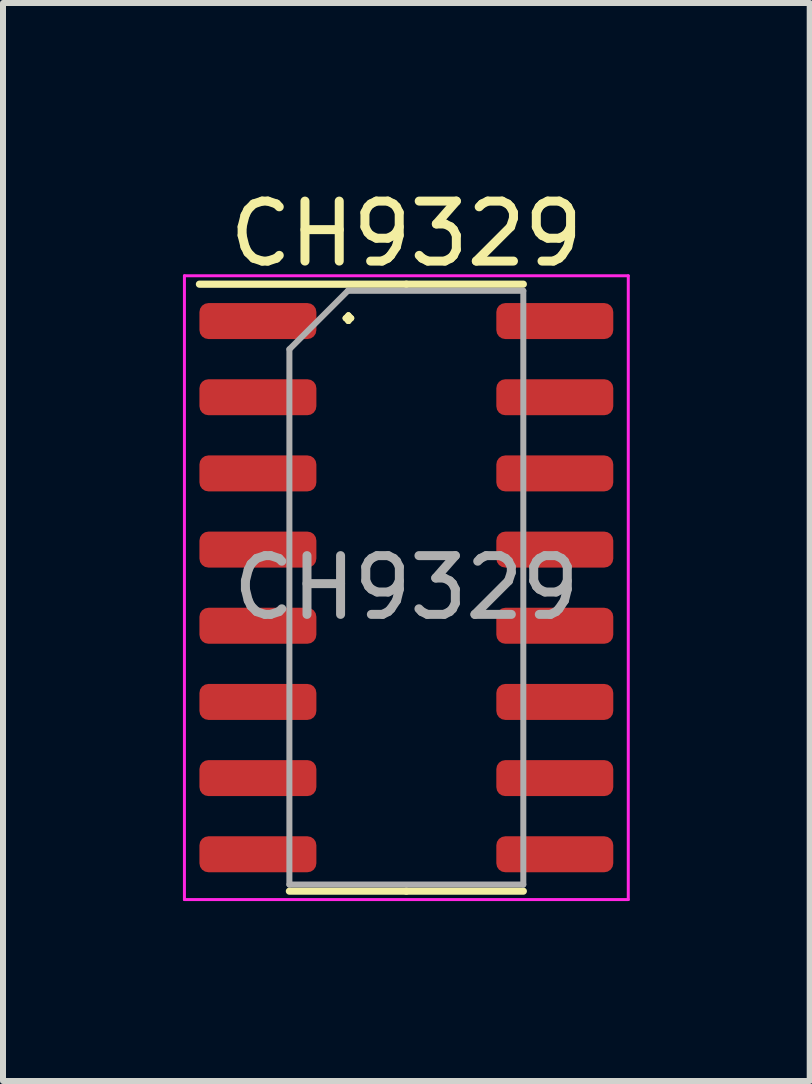
<source format=kicad_pcb>
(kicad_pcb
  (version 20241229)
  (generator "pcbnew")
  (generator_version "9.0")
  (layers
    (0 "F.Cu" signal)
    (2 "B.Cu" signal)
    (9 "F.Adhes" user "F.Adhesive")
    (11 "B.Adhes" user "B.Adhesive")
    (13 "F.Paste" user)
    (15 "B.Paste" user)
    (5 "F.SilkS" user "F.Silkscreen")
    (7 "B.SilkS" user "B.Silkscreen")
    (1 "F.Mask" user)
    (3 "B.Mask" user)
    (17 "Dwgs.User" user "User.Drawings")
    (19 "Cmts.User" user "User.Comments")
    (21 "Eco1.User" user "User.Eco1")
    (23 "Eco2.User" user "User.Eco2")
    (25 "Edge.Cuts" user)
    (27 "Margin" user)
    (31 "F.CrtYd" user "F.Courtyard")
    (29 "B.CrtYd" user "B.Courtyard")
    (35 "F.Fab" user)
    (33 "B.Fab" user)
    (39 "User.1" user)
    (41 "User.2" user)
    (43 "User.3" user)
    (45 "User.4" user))
  (footprint "CH9329"
    (layer "F.Cu")
    (at 3.725 6.748)
    (property "Reference" "CH9329" (at 0 -5.9 0) (layer "F.SilkS") (effects (font (size 1 1) (thickness 0.15))))
    (attr smd)
    (fp_line (start 0 -5.06) (end -3.45 -5.06) (stroke (width 0.12) (type solid)) (layer "F.SilkS"))
    (fp_line (start 0 -5.06) (end 1.95 -5.06) (stroke (width 0.12) (type solid)) (layer "F.SilkS"))
    (fp_line (start 0 5.06) (end -1.95 5.06) (stroke (width 0.12) (type solid)) (layer "F.SilkS"))
    (fp_line (start 0 5.06) (end 1.95 5.06) (stroke (width 0.12) (type solid)) (layer "F.SilkS"))
    (fp_line (start -3.7 -5.2) (end -3.7 5.2) (stroke (width 0.05) (type solid)) (layer "F.CrtYd"))
    (fp_line (start -3.7 5.2) (end 3.7 5.2) (stroke (width 0.05) (type solid)) (layer "F.CrtYd"))
    (fp_line (start 3.7 -5.2) (end -3.7 -5.2) (stroke (width 0.05) (type solid)) (layer "F.CrtYd"))
    (fp_line (start 3.7 5.2) (end 3.7 -5.2) (stroke (width 0.05) (type solid)) (layer "F.CrtYd"))
    (fp_line (start -1.95 -3.975) (end -0.975 -4.95) (stroke (width 0.1) (type solid)) (layer "F.Fab"))
    (fp_line (start -1.95 4.95) (end -1.95 -3.975) (stroke (width 0.1) (type solid)) (layer "F.Fab"))
    (fp_line (start -0.975 -4.95) (end 1.95 -4.95) (stroke (width 0.1) (type solid)) (layer "F.Fab"))
    (fp_line (start 1.95 -4.95) (end 1.95 4.95) (stroke (width 0.1) (type solid)) (layer "F.Fab"))
    (fp_line (start 1.95 4.95) (end -1.95 4.95) (stroke (width 0.1) (type solid)) (layer "F.Fab"))
    (fp_text user "." (at -1.27 -4.318 0) (unlocked yes) (layer "F.SilkS") (effects (font (size 1 1) (thickness 0.1)) (justify left bottom)))
    (fp_text user "${REFERENCE}" (at 0 0 0) (layer "F.Fab") (effects (font (size 0.98 0.98) (thickness 0.15))))
    (pad "1" smd roundrect (at -2.475 -4.445) (size 1.95 0.6) (layers "F.Cu" "F.Mask" "F.Paste") (roundrect_rratio 0.25))
    (pad "2" smd roundrect (at -2.475 -3.175) (size 1.95 0.6) (layers "F.Cu" "F.Mask" "F.Paste") (roundrect_rratio 0.25))
    (pad "3" smd roundrect (at -2.475 -1.905) (size 1.95 0.6) (layers "F.Cu" "F.Mask" "F.Paste") (roundrect_rratio 0.25))
    (pad "4" smd roundrect (at -2.475 -0.635) (size 1.95 0.6) (layers "F.Cu" "F.Mask" "F.Paste") (roundrect_rratio 0.25))
    (pad "5" smd roundrect (at -2.475 0.635) (size 1.95 0.6) (layers "F.Cu" "F.Mask" "F.Paste") (roundrect_rratio 0.25))
    (pad "6" smd roundrect (at -2.475 1.905) (size 1.95 0.6) (layers "F.Cu" "F.Mask" "F.Paste") (roundrect_rratio 0.25))
    (pad "7" smd roundrect (at -2.475 3.175) (size 1.95 0.6) (layers "F.Cu" "F.Mask" "F.Paste") (roundrect_rratio 0.25))
    (pad "8" smd roundrect (at -2.475 4.445) (size 1.95 0.6) (layers "F.Cu" "F.Mask" "F.Paste") (roundrect_rratio 0.25))
    (pad "9" smd roundrect (at 2.475 4.445) (size 1.95 0.6) (layers "F.Cu" "F.Mask" "F.Paste") (roundrect_rratio 0.25))
    (pad "10" smd roundrect (at 2.475 3.175) (size 1.95 0.6) (layers "F.Cu" "F.Mask" "F.Paste") (roundrect_rratio 0.25))
    (pad "11" smd roundrect (at 2.475 1.905) (size 1.95 0.6) (layers "F.Cu" "F.Mask" "F.Paste") (roundrect_rratio 0.25))
    (pad "12" smd roundrect (at 2.475 0.635) (size 1.95 0.6) (layers "F.Cu" "F.Mask" "F.Paste") (roundrect_rratio 0.25))
    (pad "13" smd roundrect (at 2.475 -0.635) (size 1.95 0.6) (layers "F.Cu" "F.Mask" "F.Paste") (roundrect_rratio 0.25))
    (pad "14" smd roundrect (at 2.475 -1.905) (size 1.95 0.6) (layers "F.Cu" "F.Mask" "F.Paste") (roundrect_rratio 0.25))
    (pad "15" smd roundrect (at 2.475 -3.175) (size 1.95 0.6) (layers "F.Cu" "F.Mask" "F.Paste") (roundrect_rratio 0.25))
    (pad "16" smd roundrect (at 2.475 -4.445) (size 1.95 0.6) (layers "F.Cu" "F.Mask" "F.Paste") (roundrect_rratio 0.25)))
  (gr_rect
    (start -3 -3)
    (end 10.45 14.973)
    (stroke (width 0.1) (type default))
    (fill no)
    (layer "Edge.Cuts")))
</source>
